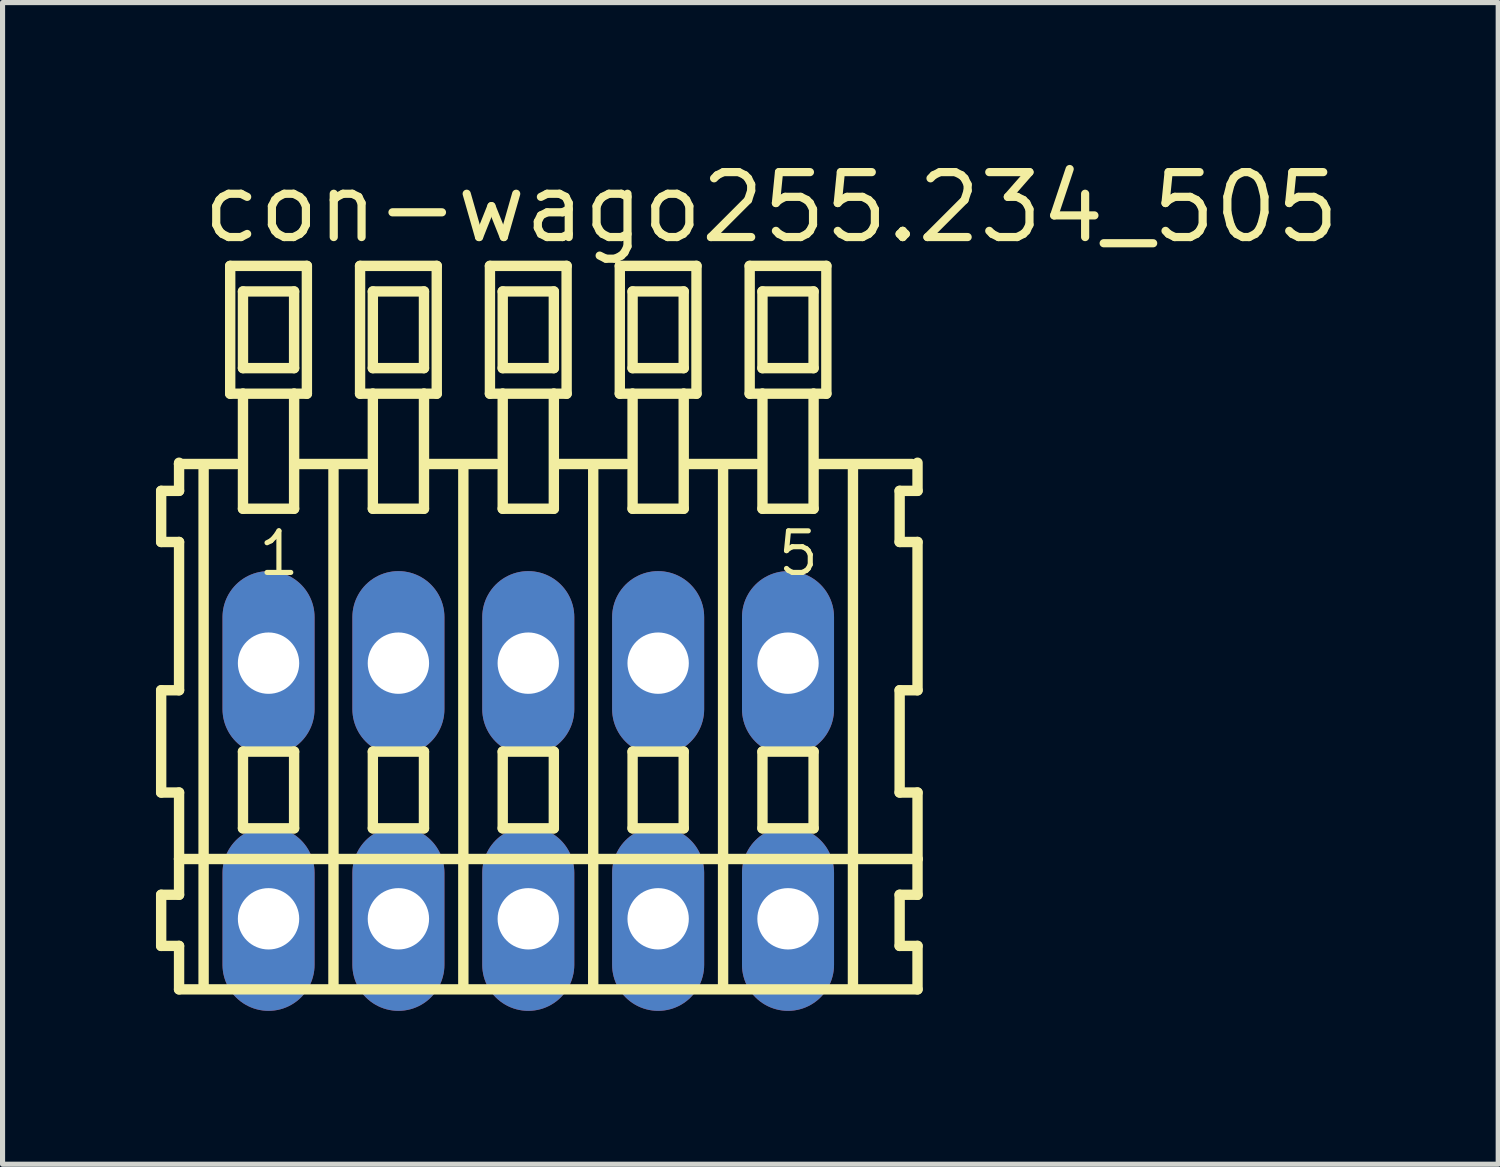
<source format=kicad_pcb>
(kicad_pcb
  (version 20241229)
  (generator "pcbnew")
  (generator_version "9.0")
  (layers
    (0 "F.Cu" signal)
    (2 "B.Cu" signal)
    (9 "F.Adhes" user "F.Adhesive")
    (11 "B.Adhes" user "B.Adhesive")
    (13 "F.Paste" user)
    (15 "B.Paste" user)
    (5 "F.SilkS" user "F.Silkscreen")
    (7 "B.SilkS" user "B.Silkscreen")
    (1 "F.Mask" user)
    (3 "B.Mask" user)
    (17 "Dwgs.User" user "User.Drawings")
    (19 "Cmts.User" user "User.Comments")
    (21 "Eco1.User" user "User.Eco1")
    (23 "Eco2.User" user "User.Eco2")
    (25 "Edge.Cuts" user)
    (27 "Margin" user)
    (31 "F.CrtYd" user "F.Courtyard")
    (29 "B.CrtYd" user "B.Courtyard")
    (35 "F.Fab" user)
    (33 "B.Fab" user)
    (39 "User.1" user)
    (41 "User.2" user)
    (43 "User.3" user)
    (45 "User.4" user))
  (footprint "con-wago255.234_505"
    (layer "F.Cu")
    (at 7.282 12.42)
    (property "Reference" "con-wago255.234_505" (at -6.45 -10.67 0) (layer "F.SilkS") (effects (font (size 1.27 1.27) (thickness 0.16)) (justify left bottom)))
    (attr through_hole)
    (fp_line (start -7.18 -5.87) (end -7.18 -4.87) (stroke (width 0.203) (type default)) (layer "F.SilkS"))
    (fp_line (start -7.18 -4.87) (end -6.83 -4.87) (stroke (width 0.203) (type default)) (layer "F.SilkS"))
    (fp_line (start -7.18 -1.97) (end -7.18 0.03) (stroke (width 0.203) (type default)) (layer "F.SilkS"))
    (fp_line (start -7.18 0.03) (end -6.83 0.03) (stroke (width 0.203) (type default)) (layer "F.SilkS"))
    (fp_line (start -7.18 2.03) (end -7.18 3.03) (stroke (width 0.203) (type default)) (layer "F.SilkS"))
    (fp_line (start -7.18 3.03) (end -6.83 3.03) (stroke (width 0.203) (type default)) (layer "F.SilkS"))
    (fp_line (start -6.83 -6.42) (end -6.83 -6.395) (stroke (width 0.203) (type default)) (layer "F.SilkS"))
    (fp_line (start -6.83 -6.395) (end -6.83 -5.87) (stroke (width 0.203) (type default)) (layer "F.SilkS"))
    (fp_line (start -6.83 -6.395) (end -5.705 -6.395) (stroke (width 0.203) (type default)) (layer "F.SilkS"))
    (fp_line (start -6.83 -5.87) (end -7.18 -5.87) (stroke (width 0.203) (type default)) (layer "F.SilkS"))
    (fp_line (start -6.83 -4.87) (end -6.83 -1.97) (stroke (width 0.203) (type default)) (layer "F.SilkS"))
    (fp_line (start -6.83 -1.97) (end -7.18 -1.97) (stroke (width 0.203) (type default)) (layer "F.SilkS"))
    (fp_line (start -6.83 0.03) (end -6.83 1.33) (stroke (width 0.203) (type default)) (layer "F.SilkS"))
    (fp_line (start -6.83 1.33) (end -6.83 2.03) (stroke (width 0.203) (type default)) (layer "F.SilkS"))
    (fp_line (start -6.83 1.33) (end 7.613 1.33) (stroke (width 0.203) (type default)) (layer "F.SilkS"))
    (fp_line (start -6.83 2.03) (end -7.18 2.03) (stroke (width 0.203) (type default)) (layer "F.SilkS"))
    (fp_line (start -6.83 3.03) (end -6.83 3.88) (stroke (width 0.203) (type default)) (layer "F.SilkS"))
    (fp_line (start -6.83 3.88) (end 7.613 3.88) (stroke (width 0.203) (type default)) (layer "F.SilkS"))
    (fp_line (start -6.35 3.83) (end -6.35 -6.33) (stroke (width 0.203) (type default)) (layer "F.SilkS"))
    (fp_line (start -5.83 -10.27) (end -5.83 -7.77) (stroke (width 0.203) (type default)) (layer "F.SilkS"))
    (fp_line (start -5.83 -7.77) (end -5.58 -7.77) (stroke (width 0.203) (type default)) (layer "F.SilkS"))
    (fp_line (start -5.58 -9.77) (end -5.58 -8.27) (stroke (width 0.203) (type default)) (layer "F.SilkS"))
    (fp_line (start -5.58 -8.27) (end -4.58 -8.27) (stroke (width 0.203) (type default)) (layer "F.SilkS"))
    (fp_line (start -5.58 -7.77) (end -5.58 -5.52) (stroke (width 0.203) (type default)) (layer "F.SilkS"))
    (fp_line (start -5.58 -7.77) (end -4.58 -7.77) (stroke (width 0.203) (type default)) (layer "F.SilkS"))
    (fp_line (start -5.58 -5.52) (end -4.58 -5.52) (stroke (width 0.203) (type default)) (layer "F.SilkS"))
    (fp_line (start -5.58 -0.77) (end -5.58 0.73) (stroke (width 0.203) (type default)) (layer "F.SilkS"))
    (fp_line (start -5.58 0.73) (end -4.58 0.73) (stroke (width 0.203) (type default)) (layer "F.SilkS"))
    (fp_line (start -4.58 -9.77) (end -5.58 -9.77) (stroke (width 0.203) (type default)) (layer "F.SilkS"))
    (fp_line (start -4.58 -8.27) (end -4.58 -9.77) (stroke (width 0.203) (type default)) (layer "F.SilkS"))
    (fp_line (start -4.58 -7.77) (end -4.33 -7.77) (stroke (width 0.203) (type default)) (layer "F.SilkS"))
    (fp_line (start -4.58 -5.52) (end -4.58 -7.77) (stroke (width 0.203) (type default)) (layer "F.SilkS"))
    (fp_line (start -4.58 -0.77) (end -5.58 -0.77) (stroke (width 0.203) (type default)) (layer "F.SilkS"))
    (fp_line (start -4.58 0.73) (end -4.58 -0.77) (stroke (width 0.203) (type default)) (layer "F.SilkS"))
    (fp_line (start -4.544 -6.395) (end -3.165 -6.395) (stroke (width 0.203) (type default)) (layer "F.SilkS"))
    (fp_line (start -4.33 -10.27) (end -5.83 -10.27) (stroke (width 0.203) (type default)) (layer "F.SilkS"))
    (fp_line (start -4.33 -7.77) (end -4.33 -10.27) (stroke (width 0.203) (type default)) (layer "F.SilkS"))
    (fp_line (start -3.81 3.83) (end -3.81 -6.33) (stroke (width 0.203) (type default)) (layer "F.SilkS"))
    (fp_line (start -3.29 -10.27) (end -3.29 -7.77) (stroke (width 0.203) (type default)) (layer "F.SilkS"))
    (fp_line (start -3.29 -7.77) (end -3.04 -7.77) (stroke (width 0.203) (type default)) (layer "F.SilkS"))
    (fp_line (start -3.04 -9.77) (end -3.04 -8.27) (stroke (width 0.203) (type default)) (layer "F.SilkS"))
    (fp_line (start -3.04 -8.27) (end -2.04 -8.27) (stroke (width 0.203) (type default)) (layer "F.SilkS"))
    (fp_line (start -3.04 -7.77) (end -3.04 -5.52) (stroke (width 0.203) (type default)) (layer "F.SilkS"))
    (fp_line (start -3.04 -7.77) (end -2.04 -7.77) (stroke (width 0.203) (type default)) (layer "F.SilkS"))
    (fp_line (start -3.04 -5.52) (end -2.04 -5.52) (stroke (width 0.203) (type default)) (layer "F.SilkS"))
    (fp_line (start -3.04 -0.77) (end -3.04 0.73) (stroke (width 0.203) (type default)) (layer "F.SilkS"))
    (fp_line (start -3.04 0.73) (end -2.04 0.73) (stroke (width 0.203) (type default)) (layer "F.SilkS"))
    (fp_line (start -2.04 -9.77) (end -3.04 -9.77) (stroke (width 0.203) (type default)) (layer "F.SilkS"))
    (fp_line (start -2.04 -8.27) (end -2.04 -9.77) (stroke (width 0.203) (type default)) (layer "F.SilkS"))
    (fp_line (start -2.04 -7.77) (end -1.79 -7.77) (stroke (width 0.203) (type default)) (layer "F.SilkS"))
    (fp_line (start -2.04 -5.52) (end -2.04 -7.77) (stroke (width 0.203) (type default)) (layer "F.SilkS"))
    (fp_line (start -2.04 -0.77) (end -3.04 -0.77) (stroke (width 0.203) (type default)) (layer "F.SilkS"))
    (fp_line (start -2.04 0.73) (end -2.04 -0.77) (stroke (width 0.203) (type default)) (layer "F.SilkS"))
    (fp_line (start -2.004 -6.395) (end -0.625 -6.395) (stroke (width 0.203) (type default)) (layer "F.SilkS"))
    (fp_line (start -1.79 -10.27) (end -3.29 -10.27) (stroke (width 0.203) (type default)) (layer "F.SilkS"))
    (fp_line (start -1.79 -7.77) (end -1.79 -10.27) (stroke (width 0.203) (type default)) (layer "F.SilkS"))
    (fp_line (start -1.27 3.83) (end -1.27 -6.33) (stroke (width 0.203) (type default)) (layer "F.SilkS"))
    (fp_line (start -0.75 -10.27) (end -0.75 -7.77) (stroke (width 0.203) (type default)) (layer "F.SilkS"))
    (fp_line (start -0.75 -7.77) (end -0.5 -7.77) (stroke (width 0.203) (type default)) (layer "F.SilkS"))
    (fp_line (start -0.5 -9.77) (end -0.5 -8.27) (stroke (width 0.203) (type default)) (layer "F.SilkS"))
    (fp_line (start -0.5 -8.27) (end 0.5 -8.27) (stroke (width 0.203) (type default)) (layer "F.SilkS"))
    (fp_line (start -0.5 -7.77) (end -0.5 -5.52) (stroke (width 0.203) (type default)) (layer "F.SilkS"))
    (fp_line (start -0.5 -7.77) (end 0.5 -7.77) (stroke (width 0.203) (type default)) (layer "F.SilkS"))
    (fp_line (start -0.5 -5.52) (end 0.5 -5.52) (stroke (width 0.203) (type default)) (layer "F.SilkS"))
    (fp_line (start -0.5 -0.77) (end -0.5 0.73) (stroke (width 0.203) (type default)) (layer "F.SilkS"))
    (fp_line (start -0.5 0.73) (end 0.5 0.73) (stroke (width 0.203) (type default)) (layer "F.SilkS"))
    (fp_line (start 0.5 -9.77) (end -0.5 -9.77) (stroke (width 0.203) (type default)) (layer "F.SilkS"))
    (fp_line (start 0.5 -8.27) (end 0.5 -9.77) (stroke (width 0.203) (type default)) (layer "F.SilkS"))
    (fp_line (start 0.5 -7.77) (end 0.75 -7.77) (stroke (width 0.203) (type default)) (layer "F.SilkS"))
    (fp_line (start 0.5 -5.52) (end 0.5 -7.77) (stroke (width 0.203) (type default)) (layer "F.SilkS"))
    (fp_line (start 0.5 -0.77) (end -0.5 -0.77) (stroke (width 0.203) (type default)) (layer "F.SilkS"))
    (fp_line (start 0.5 0.73) (end 0.5 -0.77) (stroke (width 0.203) (type default)) (layer "F.SilkS"))
    (fp_line (start 0.536 -6.395) (end 1.915 -6.395) (stroke (width 0.203) (type default)) (layer "F.SilkS"))
    (fp_line (start 0.75 -10.27) (end -0.75 -10.27) (stroke (width 0.203) (type default)) (layer "F.SilkS"))
    (fp_line (start 0.75 -7.77) (end 0.75 -10.27) (stroke (width 0.203) (type default)) (layer "F.SilkS"))
    (fp_line (start 1.27 3.83) (end 1.27 -6.33) (stroke (width 0.203) (type default)) (layer "F.SilkS"))
    (fp_line (start 1.79 -10.27) (end 1.79 -7.77) (stroke (width 0.203) (type default)) (layer "F.SilkS"))
    (fp_line (start 1.79 -7.77) (end 2.04 -7.77) (stroke (width 0.203) (type default)) (layer "F.SilkS"))
    (fp_line (start 2.04 -9.77) (end 2.04 -8.27) (stroke (width 0.203) (type default)) (layer "F.SilkS"))
    (fp_line (start 2.04 -8.27) (end 3.04 -8.27) (stroke (width 0.203) (type default)) (layer "F.SilkS"))
    (fp_line (start 2.04 -7.77) (end 2.04 -5.52) (stroke (width 0.203) (type default)) (layer "F.SilkS"))
    (fp_line (start 2.04 -7.77) (end 3.04 -7.77) (stroke (width 0.203) (type default)) (layer "F.SilkS"))
    (fp_line (start 2.04 -5.52) (end 3.04 -5.52) (stroke (width 0.203) (type default)) (layer "F.SilkS"))
    (fp_line (start 2.04 -0.77) (end 2.04 0.73) (stroke (width 0.203) (type default)) (layer "F.SilkS"))
    (fp_line (start 2.04 0.73) (end 3.04 0.73) (stroke (width 0.203) (type default)) (layer "F.SilkS"))
    (fp_line (start 3.04 -9.77) (end 2.04 -9.77) (stroke (width 0.203) (type default)) (layer "F.SilkS"))
    (fp_line (start 3.04 -8.27) (end 3.04 -9.77) (stroke (width 0.203) (type default)) (layer "F.SilkS"))
    (fp_line (start 3.04 -7.77) (end 3.29 -7.77) (stroke (width 0.203) (type default)) (layer "F.SilkS"))
    (fp_line (start 3.04 -5.52) (end 3.04 -7.77) (stroke (width 0.203) (type default)) (layer "F.SilkS"))
    (fp_line (start 3.04 -0.77) (end 2.04 -0.77) (stroke (width 0.203) (type default)) (layer "F.SilkS"))
    (fp_line (start 3.04 0.73) (end 3.04 -0.77) (stroke (width 0.203) (type default)) (layer "F.SilkS"))
    (fp_line (start 3.076 -6.395) (end 4.455 -6.395) (stroke (width 0.203) (type default)) (layer "F.SilkS"))
    (fp_line (start 3.29 -10.27) (end 1.79 -10.27) (stroke (width 0.203) (type default)) (layer "F.SilkS"))
    (fp_line (start 3.29 -7.77) (end 3.29 -10.27) (stroke (width 0.203) (type default)) (layer "F.SilkS"))
    (fp_line (start 3.81 3.83) (end 3.81 -6.33) (stroke (width 0.203) (type default)) (layer "F.SilkS"))
    (fp_line (start 4.33 -10.27) (end 4.33 -7.77) (stroke (width 0.203) (type default)) (layer "F.SilkS"))
    (fp_line (start 4.33 -7.77) (end 4.58 -7.77) (stroke (width 0.203) (type default)) (layer "F.SilkS"))
    (fp_line (start 4.58 -9.77) (end 4.58 -8.27) (stroke (width 0.203) (type default)) (layer "F.SilkS"))
    (fp_line (start 4.58 -8.27) (end 5.58 -8.27) (stroke (width 0.203) (type default)) (layer "F.SilkS"))
    (fp_line (start 4.58 -7.77) (end 4.58 -5.52) (stroke (width 0.203) (type default)) (layer "F.SilkS"))
    (fp_line (start 4.58 -7.77) (end 5.58 -7.77) (stroke (width 0.203) (type default)) (layer "F.SilkS"))
    (fp_line (start 4.58 -5.52) (end 5.58 -5.52) (stroke (width 0.203) (type default)) (layer "F.SilkS"))
    (fp_line (start 4.58 -0.77) (end 4.58 0.73) (stroke (width 0.203) (type default)) (layer "F.SilkS"))
    (fp_line (start 4.58 0.73) (end 5.58 0.73) (stroke (width 0.203) (type default)) (layer "F.SilkS"))
    (fp_line (start 5.58 -9.77) (end 4.58 -9.77) (stroke (width 0.203) (type default)) (layer "F.SilkS"))
    (fp_line (start 5.58 -8.27) (end 5.58 -9.77) (stroke (width 0.203) (type default)) (layer "F.SilkS"))
    (fp_line (start 5.58 -7.77) (end 5.83 -7.77) (stroke (width 0.203) (type default)) (layer "F.SilkS"))
    (fp_line (start 5.58 -5.52) (end 5.58 -7.77) (stroke (width 0.203) (type default)) (layer "F.SilkS"))
    (fp_line (start 5.58 -0.77) (end 4.58 -0.77) (stroke (width 0.203) (type default)) (layer "F.SilkS"))
    (fp_line (start 5.58 0.73) (end 5.58 -0.77) (stroke (width 0.203) (type default)) (layer "F.SilkS"))
    (fp_line (start 5.616 -6.395) (end 7.503 -6.395) (stroke (width 0.203) (type default)) (layer "F.SilkS"))
    (fp_line (start 5.83 -10.27) (end 4.33 -10.27) (stroke (width 0.203) (type default)) (layer "F.SilkS"))
    (fp_line (start 5.83 -7.77) (end 5.83 -10.27) (stroke (width 0.203) (type default)) (layer "F.SilkS"))
    (fp_line (start 6.35 3.83) (end 6.35 -6.33) (stroke (width 0.203) (type default)) (layer "F.SilkS"))
    (fp_line (start 7.263 -5.87) (end 7.263 -4.87) (stroke (width 0.203) (type default)) (layer "F.SilkS"))
    (fp_line (start 7.263 -4.87) (end 7.613 -4.87) (stroke (width 0.203) (type default)) (layer "F.SilkS"))
    (fp_line (start 7.263 -1.97) (end 7.263 0.03) (stroke (width 0.203) (type default)) (layer "F.SilkS"))
    (fp_line (start 7.263 0.03) (end 7.613 0.03) (stroke (width 0.203) (type default)) (layer "F.SilkS"))
    (fp_line (start 7.263 2.03) (end 7.263 3.03) (stroke (width 0.203) (type default)) (layer "F.SilkS"))
    (fp_line (start 7.263 3.03) (end 7.613 3.03) (stroke (width 0.203) (type default)) (layer "F.SilkS"))
    (fp_line (start 7.613 -5.87) (end 7.263 -5.87) (stroke (width 0.203) (type default)) (layer "F.SilkS"))
    (fp_line (start 7.613 -5.87) (end 7.613 -6.42) (stroke (width 0.203) (type default)) (layer "F.SilkS"))
    (fp_line (start 7.613 -1.97) (end 7.263 -1.97) (stroke (width 0.203) (type default)) (layer "F.SilkS"))
    (fp_line (start 7.613 -1.97) (end 7.613 -4.87) (stroke (width 0.203) (type default)) (layer "F.SilkS"))
    (fp_line (start 7.613 1.33) (end 7.613 0.03) (stroke (width 0.203) (type default)) (layer "F.SilkS"))
    (fp_line (start 7.613 2.03) (end 7.263 2.03) (stroke (width 0.203) (type default)) (layer "F.SilkS"))
    (fp_line (start 7.613 2.03) (end 7.613 1.33) (stroke (width 0.203) (type default)) (layer "F.SilkS"))
    (fp_line (start 7.613 3.88) (end 7.613 3.03) (stroke (width 0.203) (type default)) (layer "F.SilkS"))
    (fp_text user "5" (at 4.83 -4.17 0) (layer "F.SilkS") (effects (font (size 0.813 0.813) (thickness 0.1)) (justify left bottom)))
    (fp_text user "1" (at -5.33 -4.17 0) (layer "F.SilkS") (effects (font (size 0.813 0.813) (thickness 0.1)) (justify left bottom)))
    (pad "A1" thru_hole oval (at -5.08 -2.5 90) (size 3.6 1.8) (drill 1.2) (layers "*.Cu" "*.Mask"))
    (pad "A2" thru_hole oval (at -2.54 -2.5 90) (size 3.6 1.8) (drill 1.2) (layers "*.Cu" "*.Mask"))
    (pad "A3" thru_hole oval (at 0 -2.5 90) (size 3.6 1.8) (drill 1.2) (layers "*.Cu" "*.Mask"))
    (pad "A4" thru_hole oval (at 2.54 -2.5 90) (size 3.6 1.8) (drill 1.2) (layers "*.Cu" "*.Mask"))
    (pad "A5" thru_hole oval (at 5.08 -2.5 90) (size 3.6 1.8) (drill 1.2) (layers "*.Cu" "*.Mask"))
    (pad "B1" thru_hole oval (at -5.08 2.5 90) (size 3.6 1.8) (drill 1.2) (layers "*.Cu" "*.Mask"))
    (pad "B2" thru_hole oval (at -2.54 2.5 90) (size 3.6 1.8) (drill 1.2) (layers "*.Cu" "*.Mask"))
    (pad "B3" thru_hole oval (at 0 2.5 90) (size 3.6 1.8) (drill 1.2) (layers "*.Cu" "*.Mask"))
    (pad "B4" thru_hole oval (at 2.54 2.5 90) (size 3.6 1.8) (drill 1.2) (layers "*.Cu" "*.Mask"))
    (pad "B5" thru_hole oval (at 5.08 2.5 90) (size 3.6 1.8) (drill 1.2) (layers "*.Cu" "*.Mask")))
  (gr_rect
    (start -3 -3)
    (end 26.252 19.72)
    (stroke (width 0.1) (type default))
    (fill no)
    (layer "Edge.Cuts")))
</source>
